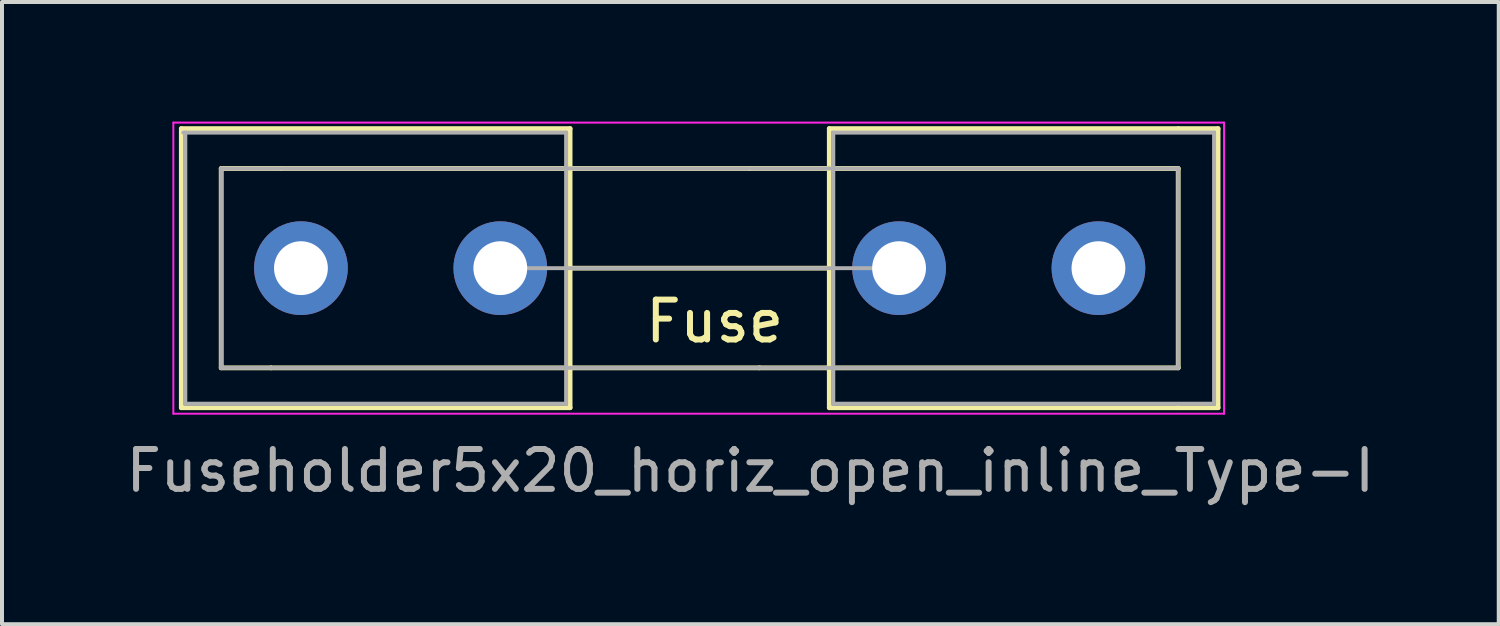
<source format=kicad_pcb>
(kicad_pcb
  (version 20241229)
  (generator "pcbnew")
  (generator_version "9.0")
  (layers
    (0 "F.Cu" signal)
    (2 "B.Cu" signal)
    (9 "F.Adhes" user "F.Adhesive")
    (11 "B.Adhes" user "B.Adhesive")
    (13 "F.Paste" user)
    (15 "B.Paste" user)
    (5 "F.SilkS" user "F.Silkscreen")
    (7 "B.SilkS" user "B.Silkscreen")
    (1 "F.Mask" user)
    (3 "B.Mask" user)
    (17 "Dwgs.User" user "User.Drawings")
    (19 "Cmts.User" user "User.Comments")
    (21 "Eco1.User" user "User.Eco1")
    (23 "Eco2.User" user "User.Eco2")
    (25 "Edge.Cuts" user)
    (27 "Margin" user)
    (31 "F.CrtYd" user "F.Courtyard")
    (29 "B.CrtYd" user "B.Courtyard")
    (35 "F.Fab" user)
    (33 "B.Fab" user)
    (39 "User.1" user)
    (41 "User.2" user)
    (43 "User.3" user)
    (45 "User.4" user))
  (footprint "Fuse"
    (layer "F.Cu")
    (at 14.505 3.688)
    (property "Reference" "Fuse" (at 0.368 1.321 0) (layer "F.SilkS") (effects (font (size 1 1) (thickness 0.15))))
    (attr through_hole)
    (fp_line (start -13.008 -3.513) (end -13.008 3.487) (stroke (width 0.12) (type solid)) (layer "F.SilkS"))
    (fp_line (start -12.008 -2.513) (end -12.008 2.487) (stroke (width 0.12) (type solid)) (layer "F.SilkS"))
    (fp_line (start -10.758 2.487) (end -12.008 2.487) (stroke (width 0.12) (type solid)) (layer "F.SilkS"))
    (fp_line (start -10.508 -2.513) (end -12.008 -2.513) (stroke (width 0.12) (type solid)) (layer "F.SilkS"))
    (fp_line (start -3.258 -3.513) (end -13.008 -3.513) (stroke (width 0.12) (type solid)) (layer "F.SilkS"))
    (fp_line (start -3.258 -3.513) (end -3.258 3.487) (stroke (width 0.12) (type solid)) (layer "F.SilkS"))
    (fp_line (start -3.258 3.487) (end -13.008 3.487) (stroke (width 0.12) (type solid)) (layer "F.SilkS"))
    (fp_line (start 1.242 -2.513) (end -10.508 -2.513) (stroke (width 0.12) (type solid)) (layer "F.SilkS"))
    (fp_line (start 1.492 2.487) (end -10.758 2.487) (stroke (width 0.12) (type solid)) (layer "F.SilkS"))
    (fp_line (start 3.242 -3.513) (end 3.242 3.487) (stroke (width 0.12) (type solid)) (layer "F.SilkS"))
    (fp_line (start 3.242 -0.013) (end -3.258 -0.013) (stroke (width 0.12) (type solid)) (layer "F.SilkS"))
    (fp_line (start 11.992 -3.513) (end 3.242 -3.513) (stroke (width 0.12) (type solid)) (layer "F.SilkS"))
    (fp_line (start 11.992 -2.513) (end 1.242 -2.513) (stroke (width 0.12) (type solid)) (layer "F.SilkS"))
    (fp_line (start 11.992 -2.513) (end 11.992 2.487) (stroke (width 0.12) (type solid)) (layer "F.SilkS"))
    (fp_line (start 11.992 2.487) (end 1.492 2.487) (stroke (width 0.12) (type solid)) (layer "F.SilkS"))
    (fp_line (start 11.992 3.487) (end 3.242 3.487) (stroke (width 0.12) (type solid)) (layer "F.SilkS"))
    (fp_line (start 12.992 -3.513) (end 11.992 -3.513) (stroke (width 0.12) (type solid)) (layer "F.SilkS"))
    (fp_line (start 12.992 -3.513) (end 12.992 3.487) (stroke (width 0.12) (type solid)) (layer "F.SilkS"))
    (fp_line (start 12.992 3.487) (end 11.992 3.487) (stroke (width 0.12) (type solid)) (layer "F.SilkS"))
    (fp_line (start -13.208 -3.663) (end -13.208 3.637) (stroke (width 0.05) (type solid)) (layer "F.CrtYd"))
    (fp_line (start -13.208 -3.663) (end 13.142 -3.663) (stroke (width 0.05) (type solid)) (layer "F.CrtYd"))
    (fp_line (start 13.142 3.637) (end -13.208 3.637) (stroke (width 0.05) (type solid)) (layer "F.CrtYd"))
    (fp_line (start 13.142 3.637) (end 13.142 -3.663) (stroke (width 0.05) (type solid)) (layer "F.CrtYd"))
    (fp_line (start -12.958 -3.413) (end -3.358 -3.413) (stroke (width 0.1) (type solid)) (layer "F.Fab"))
    (fp_line (start -12.908 3.387) (end -12.908 -3.413) (stroke (width 0.1) (type solid)) (layer "F.Fab"))
    (fp_line (start -12.008 -2.513) (end 11.992 -2.513) (stroke (width 0.1) (type solid)) (layer "F.Fab"))
    (fp_line (start -12.008 2.487) (end -12.008 -2.513) (stroke (width 0.1) (type solid)) (layer "F.Fab"))
    (fp_line (start -5.008 -0.013) (end 4.992 -0.013) (stroke (width 0.1) (type solid)) (layer "F.Fab"))
    (fp_line (start -3.358 -3.413) (end -3.358 3.387) (stroke (width 0.1) (type solid)) (layer "F.Fab"))
    (fp_line (start -3.358 3.387) (end -12.908 3.387) (stroke (width 0.1) (type solid)) (layer "F.Fab"))
    (fp_line (start 3.342 -3.413) (end 3.342 3.387) (stroke (width 0.1) (type solid)) (layer "F.Fab"))
    (fp_line (start 3.342 3.387) (end 12.892 3.387) (stroke (width 0.1) (type solid)) (layer "F.Fab"))
    (fp_line (start 11.992 -2.513) (end 11.992 2.487) (stroke (width 0.1) (type solid)) (layer "F.Fab"))
    (fp_line (start 11.992 2.487) (end -12.008 2.487) (stroke (width 0.1) (type solid)) (layer "F.Fab"))
    (fp_line (start 12.892 -3.413) (end 3.342 -3.413) (stroke (width 0.1) (type solid)) (layer "F.Fab"))
    (fp_line (start 12.892 3.387) (end 12.892 -3.413) (stroke (width 0.1) (type solid)) (layer "F.Fab"))
    (fp_text user "Fuseholder5x20_horiz_open_inline_Type-I" (at 1.262 5.067 0) (layer "F.Fab") (effects (font (size 1 1) (thickness 0.15))))
    (pad "1" thru_hole circle (at -10.008 -0.013) (size 2.35 2.35) (drill 1.35) (layers "*.Cu" "*.Mask"))
    (pad "1" thru_hole circle (at -5.008 -0.013) (size 2.35 2.35) (drill 1.35) (layers "*.Cu" "*.Mask"))
    (pad "2" thru_hole circle (at 4.992 -0.013) (size 2.35 2.35) (drill 1.35) (layers "*.Cu" "*.Mask"))
    (pad "2" thru_hole circle (at 9.992 -0.013) (size 2.35 2.35) (drill 1.35) (layers "*.Cu" "*.Mask")))
  (gr_rect
    (start -3 -3)
    (end 34.536 12.603)
    (stroke (width 0.1) (type default))
    (fill no)
    (layer "Edge.Cuts")))
</source>
